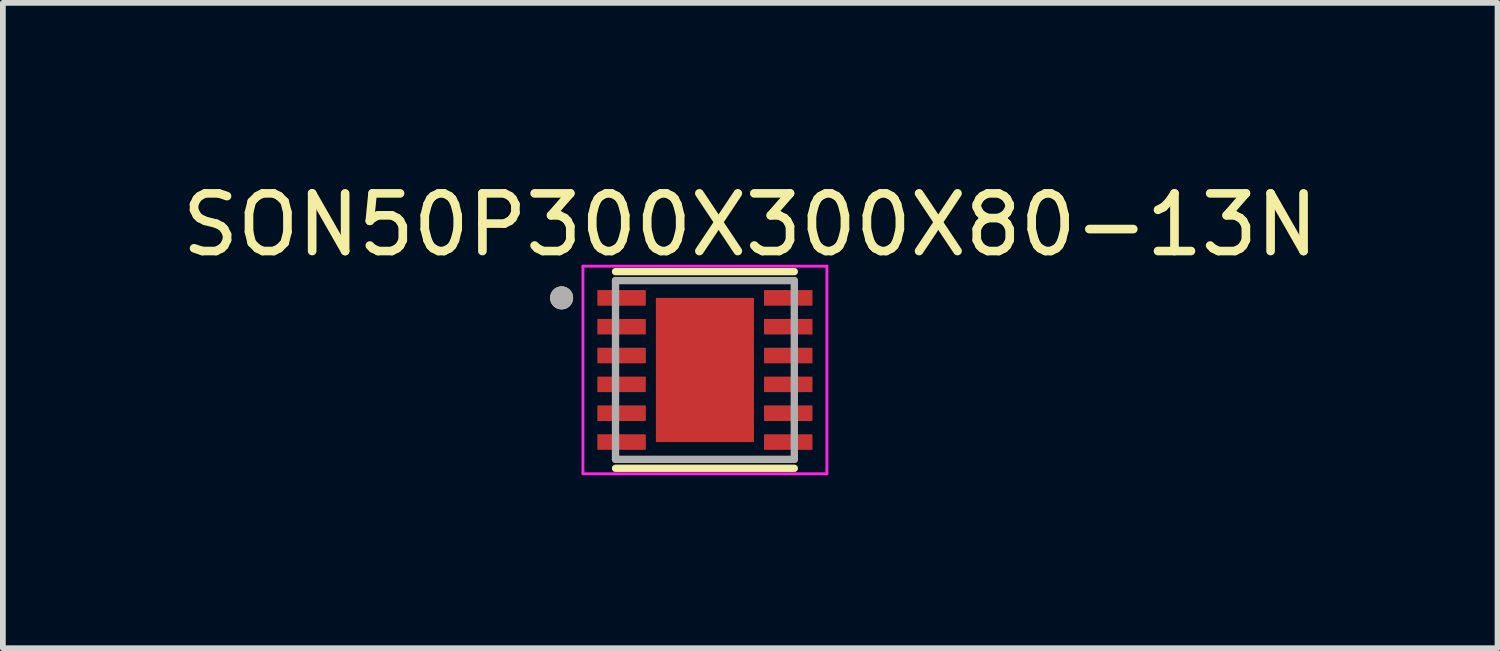
<source format=kicad_pcb>
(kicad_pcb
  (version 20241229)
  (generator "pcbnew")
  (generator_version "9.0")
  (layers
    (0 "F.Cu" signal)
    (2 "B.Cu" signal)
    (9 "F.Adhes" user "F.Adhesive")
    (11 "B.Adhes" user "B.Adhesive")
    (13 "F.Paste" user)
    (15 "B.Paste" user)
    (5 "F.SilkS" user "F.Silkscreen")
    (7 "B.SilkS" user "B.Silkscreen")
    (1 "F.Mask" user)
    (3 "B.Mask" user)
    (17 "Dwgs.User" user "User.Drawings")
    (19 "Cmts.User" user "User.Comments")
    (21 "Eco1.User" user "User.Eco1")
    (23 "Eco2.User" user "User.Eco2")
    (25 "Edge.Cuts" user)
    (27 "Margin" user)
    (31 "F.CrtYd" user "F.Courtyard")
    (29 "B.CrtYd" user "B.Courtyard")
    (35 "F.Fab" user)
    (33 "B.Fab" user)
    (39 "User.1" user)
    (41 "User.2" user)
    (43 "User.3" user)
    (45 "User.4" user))
  (footprint "SON50P300X300X80-13N"
    (layer "F.Cu")
    (at 9.173 3.365)
    (property "Reference" "SON50P300X300X80-13N" (at 0.785 -2.517 0) (layer "F.SilkS") (effects (font (size 1 1) (thickness 0.15))))
    (attr smd)
    (fp_line (start -1.55 -1.705) (end 1.55 -1.705) (stroke (width 0.127) (type solid)) (layer "F.SilkS"))
    (fp_line (start -1.55 1.705) (end 1.55 1.705) (stroke (width 0.127) (type solid)) (layer "F.SilkS"))
    (fp_circle (center -2.485 -1.25) (end -2.385 -1.25) (stroke (width 0.2) (type solid)) (fill no) (layer "F.SilkS"))
    (fp_poly (pts (xy -0.54 -0.79) (xy 0.54 -0.79) (xy 0.54 0.79) (xy -0.54 0.79)) (stroke (width 0.01) (type solid)) (fill yes) (layer "F.Paste"))
    (fp_line (start -2.115 -1.8) (end -2.115 1.8) (stroke (width 0.05) (type solid)) (layer "F.CrtYd"))
    (fp_line (start -2.115 -1.8) (end 2.115 -1.8) (stroke (width 0.05) (type solid)) (layer "F.CrtYd"))
    (fp_line (start -2.115 1.8) (end 2.115 1.8) (stroke (width 0.05) (type solid)) (layer "F.CrtYd"))
    (fp_line (start 2.115 -1.8) (end 2.115 1.8) (stroke (width 0.05) (type solid)) (layer "F.CrtYd"))
    (fp_line (start -1.55 -1.55) (end -1.55 1.55) (stroke (width 0.127) (type solid)) (layer "F.Fab"))
    (fp_line (start -1.55 -1.55) (end 1.55 -1.55) (stroke (width 0.127) (type solid)) (layer "F.Fab"))
    (fp_line (start -1.55 1.55) (end 1.55 1.55) (stroke (width 0.127) (type solid)) (layer "F.Fab"))
    (fp_line (start 1.55 -1.55) (end 1.55 1.55) (stroke (width 0.127) (type solid)) (layer "F.Fab"))
    (fp_circle (center -2.485 -1.25) (end -2.385 -1.25) (stroke (width 0.2) (type solid)) (fill no) (layer "F.Fab"))
    (pad "1" smd roundrect (at -1.445 -1.25) (size 0.84 0.27) (layers "F.Cu" "F.Mask" "F.Paste") (roundrect_rratio 0.03))
    (pad "2" smd roundrect (at -1.445 -0.75) (size 0.84 0.27) (layers "F.Cu" "F.Mask" "F.Paste") (roundrect_rratio 0.03))
    (pad "3" smd roundrect (at -1.445 -0.25) (size 0.84 0.27) (layers "F.Cu" "F.Mask" "F.Paste") (roundrect_rratio 0.03))
    (pad "4" smd roundrect (at -1.445 0.25) (size 0.84 0.27) (layers "F.Cu" "F.Mask" "F.Paste") (roundrect_rratio 0.03))
    (pad "5" smd roundrect (at -1.445 0.75) (size 0.84 0.27) (layers "F.Cu" "F.Mask" "F.Paste") (roundrect_rratio 0.03))
    (pad "6" smd roundrect (at -1.445 1.25) (size 0.84 0.27) (layers "F.Cu" "F.Mask" "F.Paste") (roundrect_rratio 0.03))
    (pad "7" smd roundrect (at 1.445 1.25) (size 0.84 0.27) (layers "F.Cu" "F.Mask" "F.Paste") (roundrect_rratio 0.03))
    (pad "8" smd roundrect (at 1.445 0.75) (size 0.84 0.27) (layers "F.Cu" "F.Mask" "F.Paste") (roundrect_rratio 0.03))
    (pad "9" smd roundrect (at 1.445 0.25) (size 0.84 0.27) (layers "F.Cu" "F.Mask" "F.Paste") (roundrect_rratio 0.03))
    (pad "10" smd roundrect (at 1.445 -0.25) (size 0.84 0.27) (layers "F.Cu" "F.Mask" "F.Paste") (roundrect_rratio 0.03))
    (pad "11" smd roundrect (at 1.445 -0.75) (size 0.84 0.27) (layers "F.Cu" "F.Mask" "F.Paste") (roundrect_rratio 0.03))
    (pad "12" smd roundrect (at 1.445 -1.25) (size 0.84 0.27) (layers "F.Cu" "F.Mask" "F.Paste") (roundrect_rratio 0.03))
    (pad "13" smd rect (at 0 0) (size 1.7 2.5) (layers "F.Cu" "F.Mask")))
  (gr_rect
    (start -3 -3)
    (end 22.917 8.19)
    (stroke (width 0.1) (type default))
    (fill no)
    (layer "Edge.Cuts")))
</source>
